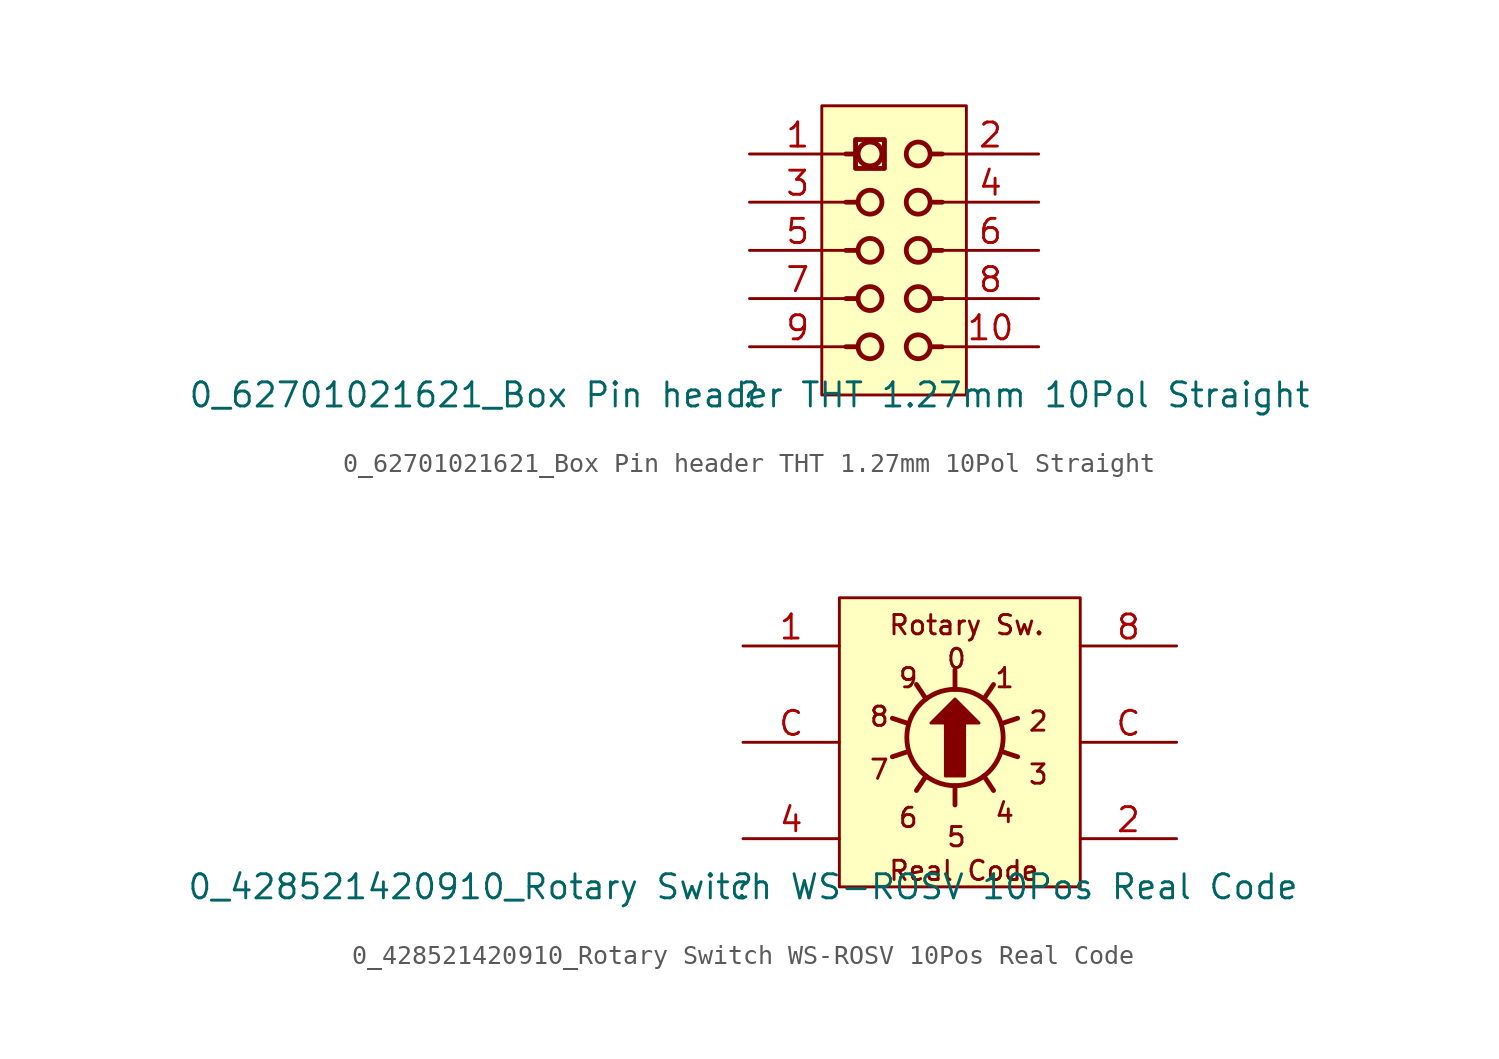
<source format=kicad_sym>
(kicad_symbol_lib
  (version 20211014)
  (generator kicad_symbol_editor)
  (symbol "0_62701021621_Box Pin header THT 1.27mm 10Pol Straight"
    (property "Reference" ""
      (at 0 0 0)
      (effects (font (size 1.27 1.27))))
    (property "Value" "0_62701021621_Box Pin header THT 1.27mm 10Pol Straight"
      (at 0 0 0)
      (effects (font (size 1.27 1.27))))
    (symbol "0_62701021621_Box Pin header THT 1.27mm 10Pol Straight_1_0"
      (polyline (pts (xy 5.08 2.54) (xy 5.588 2.54)) (stroke (width 0.254) (type default) (color 0 0 0 0)) (fill (type none)))
      (polyline (pts (xy 5.08 5.08) (xy 5.588 5.08)) (stroke (width 0.254) (type default) (color 0 0 0 0)) (fill (type none)))
      (polyline (pts (xy 5.08 7.62) (xy 5.588 7.62)) (stroke (width 0.254) (type default) (color 0 0 0 0)) (fill (type none)))
      (polyline (pts (xy 5.08 10.16) (xy 5.588 10.16)) (stroke (width 0.254) (type default) (color 0 0 0 0)) (fill (type none)))
      (polyline (pts (xy 5.08 12.7) (xy 5.588 12.7)) (stroke (width 0.254) (type default) (color 0 0 0 0)) (fill (type none)))
      (polyline (pts (xy 10.16 2.54) (xy 9.652 2.54)) (stroke (width 0.254) (type default) (color 0 0 0 0)) (fill (type none)))
      (polyline (pts (xy 10.16 5.08) (xy 9.652 5.08)) (stroke (width 0.254) (type default) (color 0 0 0 0)) (fill (type none)))
      (polyline (pts (xy 10.16 7.62) (xy 9.652 7.62)) (stroke (width 0.254) (type default) (color 0 0 0 0)) (fill (type none)))
      (polyline (pts (xy 10.16 10.16) (xy 9.652 10.16)) (stroke (width 0.254) (type default) (color 0 0 0 0)) (fill (type none)))
      (polyline (pts (xy 10.16 12.7) (xy 9.652 12.7)) (stroke (width 0.254) (type default) (color 0 0 0 0)) (fill (type none)))
      (polyline (pts (xy 5.588 13.462) (xy 7.112 13.462) (xy 7.112 11.938) (xy 5.588 11.938) (xy 5.588 13.462)) (stroke (width 0.254) (type default) (color 0 0 0 0)) (fill (type none)))
      (circle (center 6.35 2.54) (radius 0.63) (stroke (width 0.254) (type default) (color 0 0 0 0)) (fill (type none)))
      (circle (center 6.35 5.08) (radius 0.63) (stroke (width 0.254) (type default) (color 0 0 0 0)) (fill (type none)))
      (circle (center 6.35 7.62) (radius 0.63) (stroke (width 0.254) (type default) (color 0 0 0 0)) (fill (type none)))
      (circle (center 6.35 10.16) (radius 0.63) (stroke (width 0.254) (type default) (color 0 0 0 0)) (fill (type none)))
      (circle (center 6.35 12.7) (radius 0.63) (stroke (width 0.254) (type default) (color 0 0 0 0)) (fill (type none)))
      (circle (center 8.89 2.54) (radius 0.63) (stroke (width 0.254) (type default) (color 0 0 0 0)) (fill (type none)))
      (circle (center 8.89 5.08) (radius 0.63) (stroke (width 0.254) (type default) (color 0 0 0 0)) (fill (type none)))
      (circle (center 8.89 7.62) (radius 0.63) (stroke (width 0.254) (type default) (color 0 0 0 0)) (fill (type none)))
      (circle (center 8.89 10.16) (radius 0.63) (stroke (width 0.254) (type default) (color 0 0 0 0)) (fill (type none)))
      (circle (center 8.89 12.7) (radius 0.63) (stroke (width 0.254) (type default) (color 0 0 0 0)) (fill (type none)))
      (rectangle (start 11.43 15.24) (end 3.81 0) (stroke (width 0) (type default) (color 0 0 0 0)) (fill (type background)))
      (pin passive line (at 0 12.7 0) (length 5.08) (name "1" (effects (font (size 0 0)))) (number "1" (effects (font (size 1.27 1.27)))))
      (pin passive line (at 15.24 2.54 180) (length 5.08) (name "10" (effects (font (size 0 0)))) (number "10" (effects (font (size 1.27 1.27)))))
      (pin passive line (at 15.24 12.7 180) (length 5.08) (name "2" (effects (font (size 0 0)))) (number "2" (effects (font (size 1.27 1.27)))))
      (pin passive line (at 0 10.16 0) (length 5.08) (name "3" (effects (font (size 0 0)))) (number "3" (effects (font (size 1.27 1.27)))))
      (pin passive line (at 15.24 10.16 180) (length 5.08) (name "4" (effects (font (size 0 0)))) (number "4" (effects (font (size 1.27 1.27)))))
      (pin passive line (at 0 7.62 0) (length 5.08) (name "5" (effects (font (size 0 0)))) (number "5" (effects (font (size 1.27 1.27)))))
      (pin passive line (at 15.24 7.62 180) (length 5.08) (name "6" (effects (font (size 0 0)))) (number "6" (effects (font (size 1.27 1.27)))))
      (pin passive line (at 0 5.08 0) (length 5.08) (name "7" (effects (font (size 0 0)))) (number "7" (effects (font (size 1.27 1.27)))))
      (pin passive line (at 15.24 5.08 180) (length 5.08) (name "8" (effects (font (size 0 0)))) (number "8" (effects (font (size 1.27 1.27)))))
      (pin passive line (at 0 2.54 0) (length 5.08) (name "9" (effects (font (size 0 0)))) (number "9" (effects (font (size 1.27 1.27)))))))
  (symbol "0_428521420910_Rotary Switch WS-ROSV 10Pos Real Code"
    (property "Reference" ""
      (at 0 0 0)
      (effects (font (size 1.27 1.27))))
    (property "Value" "0_428521420910_Rotary Switch WS-ROSV 10Pos Real Code"
      (at 0 0 0)
      (effects (font (size 1.27 1.27))))
    (symbol "0_428521420910_Rotary Switch WS-ROSV 10Pos Real Code_1_0"
      (polyline (pts (xy 7.874 8.89) (xy 8.636 8.636)) (stroke (width 0.254) (type default) (color 0 0 0 0)) (fill (type none)))
      (polyline (pts (xy 8.636 7.112) (xy 7.874 6.858)) (stroke (width 0.254) (type default) (color 0 0 0 0)) (fill (type none)))
      (polyline (pts (xy 9.652 5.842) (xy 9.144 5.08)) (stroke (width 0.254) (type default) (color 0 0 0 0)) (fill (type none)))
      (polyline (pts (xy 9.652 9.906) (xy 9.144 10.668)) (stroke (width 0.254) (type default) (color 0 0 0 0)) (fill (type none)))
      (polyline (pts (xy 11.176 5.334) (xy 11.176 4.318)) (stroke (width 0.254) (type default) (color 0 0 0 0)) (fill (type none)))
      (polyline (pts (xy 11.176 11.43) (xy 11.176 10.414)) (stroke (width 0.254) (type default) (color 0 0 0 0)) (fill (type none)))
      (polyline (pts (xy 12.7 5.842) (xy 13.208 5.08)) (stroke (width 0.254) (type default) (color 0 0 0 0)) (fill (type none)))
      (polyline (pts (xy 12.7 9.906) (xy 13.208 10.668)) (stroke (width 0.254) (type default) (color 0 0 0 0)) (fill (type none)))
      (polyline (pts (xy 13.716 8.636) (xy 14.478 8.89)) (stroke (width 0.254) (type default) (color 0 0 0 0)) (fill (type none)))
      (polyline (pts (xy 14.478 6.858) (xy 13.716 7.112)) (stroke (width 0.254) (type default) (color 0 0 0 0)) (fill (type none)))
      (polyline (pts (xy 12.446 8.636) (xy 9.906 8.636) (xy 11.176 9.906) (xy 12.446 8.636)) (stroke (width 0) (type default) (color 0 0 0 0)) (fill (type outline)))
      (circle (center 11.176 7.874) (radius 2.54) (stroke (width 0.254) (type default) (color 0 0 0 0)) (fill (type none)))
      (rectangle (start 11.684 8.636) (end 10.668 5.842) (stroke (width 0) (type default) (color 0 0 0 0)) (fill (type outline)))
      (rectangle (start 17.78 15.24) (end 5.08 0) (stroke (width 0) (type default) (color 0 0 0 0)) (fill (type background)))
      (text "0" (at 10.668 11.43 0) (effects (font (size 1.016 1.016)) (justify left bottom)))
      (text "1" (at 13.208 10.414 0) (effects (font (size 1.016 1.016)) (justify left bottom)))
      (text "2" (at 14.986 8.128 0) (effects (font (size 1.016 1.016)) (justify left bottom)))
      (text "3" (at 14.986 5.334 0) (effects (font (size 1.016 1.016)) (justify left bottom)))
      (text "4" (at 13.208 3.302 0) (effects (font (size 1.016 1.016)) (justify left bottom)))
      (text "5" (at 10.668 2.032 0) (effects (font (size 1.016 1.016)) (justify left bottom)))
      (text "6" (at 8.128 3.048 0) (effects (font (size 1.016 1.016)) (justify left bottom)))
      (text "7" (at 6.604 5.588 0) (effects (font (size 1.016 1.016)) (justify left bottom)))
      (text "8" (at 6.604 8.382 0) (effects (font (size 1.016 1.016)) (justify left bottom)))
      (text "9" (at 8.128 10.414 0) (effects (font (size 1.016 1.016)) (justify left bottom)))
      (text "Real Code" (at 7.62 0.254 0) (effects (font (size 1.016 1.016)) (justify left bottom)))
      (text "Rotary Sw." (at 7.62 13.208 0) (effects (font (size 1.016 1.016)) (justify left bottom)))
      (pin passive line (at 0 12.7 0) (length 5.08) (name "1" (effects (font (size 0 0)))) (number "1" (effects (font (size 1.27 1.27)))))
      (pin passive line (at 22.86 2.54 180) (length 5.08) (name "2" (effects (font (size 0 0)))) (number "2" (effects (font (size 1.27 1.27)))))
      (pin passive line (at 0 2.54 0) (length 5.08) (name "4" (effects (font (size 0 0)))) (number "4" (effects (font (size 1.27 1.27)))))
      (pin passive line (at 22.86 12.7 180) (length 5.08) (name "8" (effects (font (size 0 0)))) (number "8" (effects (font (size 1.27 1.27)))))
      (pin passive line (at 0 7.62 0) (length 5.08) (name "C" (effects (font (size 0 0)))) (number "C" (effects (font (size 1.27 1.27)))))
      (pin passive line (at 22.86 7.62 180) (length 5.08) (name "C" (effects (font (size 0 0)))) (number "C" (effects (font (size 1.27 1.27))))))))
</source>
